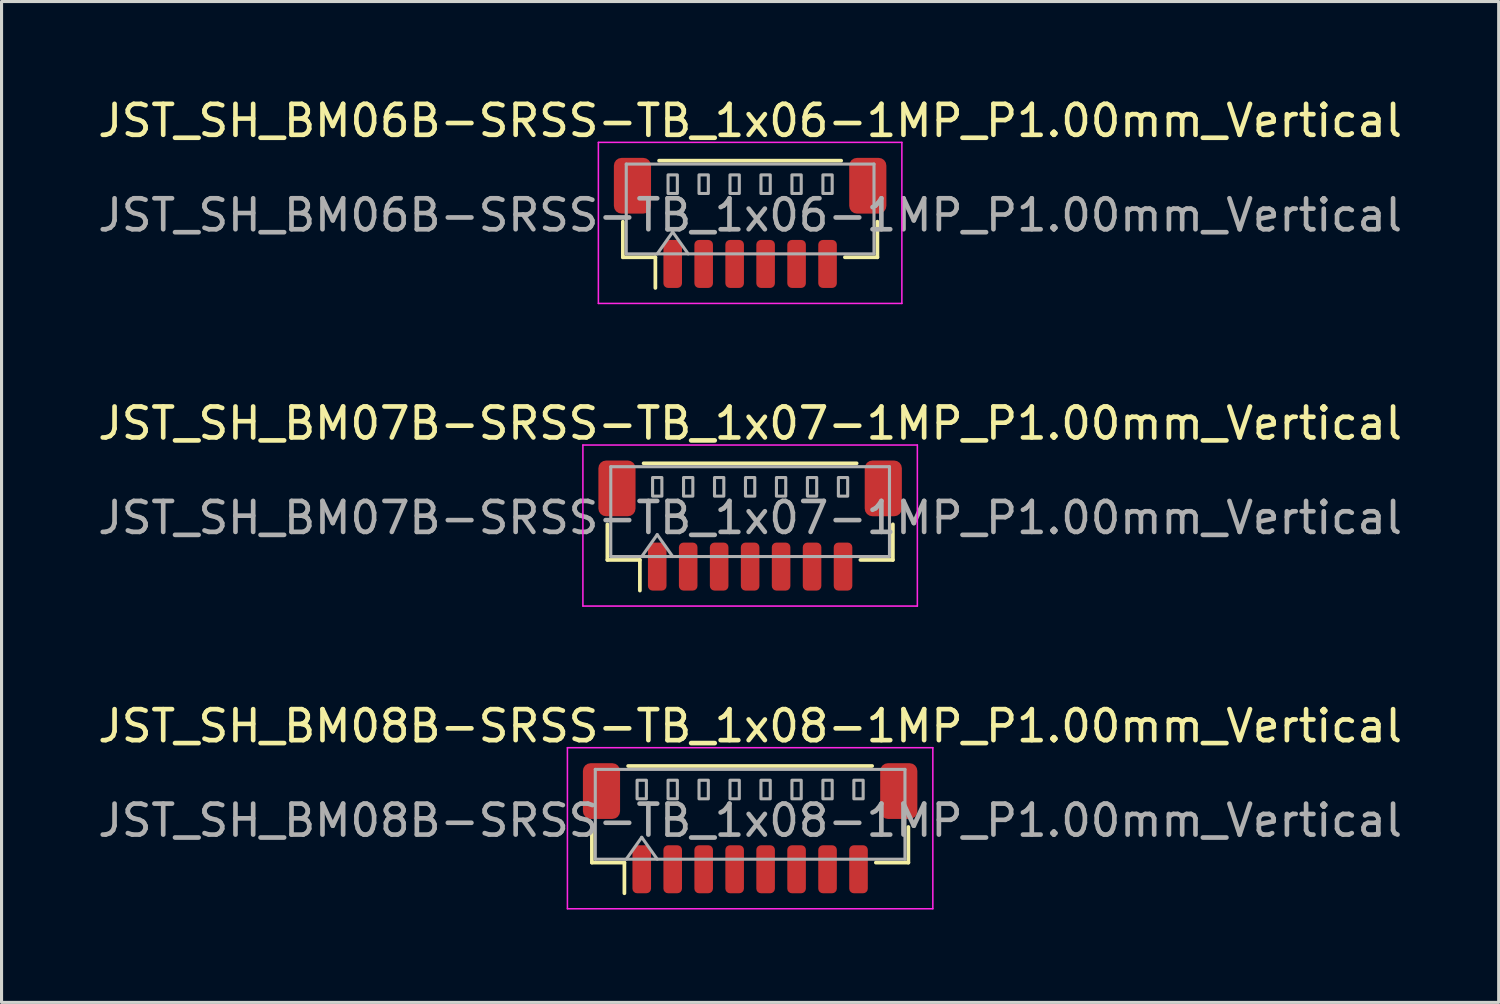
<source format=kicad_pcb>
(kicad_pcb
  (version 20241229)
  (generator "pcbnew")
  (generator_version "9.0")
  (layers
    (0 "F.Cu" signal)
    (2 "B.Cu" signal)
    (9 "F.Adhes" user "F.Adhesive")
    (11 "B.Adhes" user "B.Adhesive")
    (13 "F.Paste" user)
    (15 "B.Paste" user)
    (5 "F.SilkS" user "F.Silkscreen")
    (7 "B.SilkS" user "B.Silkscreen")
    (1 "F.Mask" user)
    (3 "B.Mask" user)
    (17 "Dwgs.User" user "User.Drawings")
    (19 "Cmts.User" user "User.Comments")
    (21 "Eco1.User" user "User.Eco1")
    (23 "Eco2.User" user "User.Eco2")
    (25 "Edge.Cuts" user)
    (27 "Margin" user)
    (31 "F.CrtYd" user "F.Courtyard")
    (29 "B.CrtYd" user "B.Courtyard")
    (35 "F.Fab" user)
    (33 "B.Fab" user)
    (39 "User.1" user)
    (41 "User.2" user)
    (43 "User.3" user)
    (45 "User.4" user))
  (footprint "JST_SH_BM07B-SRSS-TB_1x07-1MP_P1.00mm_Vertical"
    (layer "F.Cu")
    (at 21.173 13.921)
    (property "Reference" "JST_SH_BM07B-SRSS-TB_1x07-1MP_P1.00mm_Vertical" (at 0 -3.3 0) (layer "F.SilkS") (effects (font (size 1 1) (thickness 0.15))))
    (attr smd)
    (fp_line (start -4.61 -0.04) (end -4.61 1.11) (stroke (width 0.12) (type solid)) (layer "F.SilkS"))
    (fp_line (start -4.61 1.11) (end -3.56 1.11) (stroke (width 0.12) (type solid)) (layer "F.SilkS"))
    (fp_line (start -3.56 1.11) (end -3.56 2.1) (stroke (width 0.12) (type solid)) (layer "F.SilkS"))
    (fp_line (start -3.44 -2.01) (end 3.44 -2.01) (stroke (width 0.12) (type solid)) (layer "F.SilkS"))
    (fp_line (start 4.61 -0.04) (end 4.61 1.11) (stroke (width 0.12) (type solid)) (layer "F.SilkS"))
    (fp_line (start 4.61 1.11) (end 3.56 1.11) (stroke (width 0.12) (type solid)) (layer "F.SilkS"))
    (fp_line (start -5.4 -2.6) (end -5.4 2.6) (stroke (width 0.05) (type solid)) (layer "F.CrtYd"))
    (fp_line (start -5.4 2.6) (end 5.4 2.6) (stroke (width 0.05) (type solid)) (layer "F.CrtYd"))
    (fp_line (start 5.4 -2.6) (end -5.4 -2.6) (stroke (width 0.05) (type solid)) (layer "F.CrtYd"))
    (fp_line (start 5.4 2.6) (end 5.4 -2.6) (stroke (width 0.05) (type solid)) (layer "F.CrtYd"))
    (fp_line (start -4.5 -1.9) (end 4.5 -1.9) (stroke (width 0.1) (type solid)) (layer "F.Fab"))
    (fp_line (start -4.5 1) (end -4.5 -1.9) (stroke (width 0.1) (type solid)) (layer "F.Fab"))
    (fp_line (start -4.5 1) (end 4.5 1) (stroke (width 0.1) (type solid)) (layer "F.Fab"))
    (fp_line (start -3.5 1) (end -3 0.293) (stroke (width 0.1) (type solid)) (layer "F.Fab"))
    (fp_line (start -3 0.293) (end -2.5 1) (stroke (width 0.1) (type solid)) (layer "F.Fab"))
    (fp_line (start 4.5 1) (end 4.5 -1.9) (stroke (width 0.1) (type solid)) (layer "F.Fab"))
    (fp_rect (start -3.15 -1.55) (end -2.85 -0.95) (stroke (width 0.1) (type solid)) (fill no) (layer "F.Fab"))
    (fp_rect (start -2.15 -1.55) (end -1.85 -0.95) (stroke (width 0.1) (type solid)) (fill no) (layer "F.Fab"))
    (fp_rect (start -1.15 -1.55) (end -0.85 -0.95) (stroke (width 0.1) (type solid)) (fill no) (layer "F.Fab"))
    (fp_rect (start -0.15 -1.55) (end 0.15 -0.95) (stroke (width 0.1) (type solid)) (fill no) (layer "F.Fab"))
    (fp_rect (start 0.85 -1.55) (end 1.15 -0.95) (stroke (width 0.1) (type solid)) (fill no) (layer "F.Fab"))
    (fp_rect (start 1.85 -1.55) (end 2.15 -0.95) (stroke (width 0.1) (type solid)) (fill no) (layer "F.Fab"))
    (fp_rect (start 2.85 -1.55) (end 3.15 -0.95) (stroke (width 0.1) (type solid)) (fill no) (layer "F.Fab"))
    (fp_text user "${REFERENCE}" (at 0 -0.25 0) (layer "F.Fab") (effects (font (size 1 1) (thickness 0.15))))
    (pad "1" smd roundrect (at -3 1.325) (size 0.6 1.55) (layers "F.Cu" "F.Mask" "F.Paste") (roundrect_rratio 0.25))
    (pad "2" smd roundrect (at -2 1.325) (size 0.6 1.55) (layers "F.Cu" "F.Mask" "F.Paste") (roundrect_rratio 0.25))
    (pad "3" smd roundrect (at -1 1.325) (size 0.6 1.55) (layers "F.Cu" "F.Mask" "F.Paste") (roundrect_rratio 0.25))
    (pad "4" smd roundrect (at 0 1.325) (size 0.6 1.55) (layers "F.Cu" "F.Mask" "F.Paste") (roundrect_rratio 0.25))
    (pad "5" smd roundrect (at 1 1.325) (size 0.6 1.55) (layers "F.Cu" "F.Mask" "F.Paste") (roundrect_rratio 0.25))
    (pad "6" smd roundrect (at 2 1.325) (size 0.6 1.55) (layers "F.Cu" "F.Mask" "F.Paste") (roundrect_rratio 0.25))
    (pad "7" smd roundrect (at 3 1.325) (size 0.6 1.55) (layers "F.Cu" "F.Mask" "F.Paste") (roundrect_rratio 0.25))
    (pad "MP" smd roundrect (at -4.3 -1.2) (size 1.2 1.8) (layers "F.Cu" "F.Mask" "F.Paste") (roundrect_rratio 0.208))
    (pad "MP" smd roundrect (at 4.3 -1.2) (size 1.2 1.8) (layers "F.Cu" "F.Mask" "F.Paste") (roundrect_rratio 0.208)))
  (footprint "JST_SH_BM06B-SRSS-TB_1x06-1MP_P1.00mm_Vertical"
    (layer "F.Cu")
    (at 21.173 4.148)
    (property "Reference" "JST_SH_BM06B-SRSS-TB_1x06-1MP_P1.00mm_Vertical" (at 0 -3.3 0) (layer "F.SilkS") (effects (font (size 1 1) (thickness 0.15))))
    (attr smd)
    (fp_line (start -4.11 -0.04) (end -4.11 1.11) (stroke (width 0.12) (type solid)) (layer "F.SilkS"))
    (fp_line (start -4.11 1.11) (end -3.06 1.11) (stroke (width 0.12) (type solid)) (layer "F.SilkS"))
    (fp_line (start -3.06 1.11) (end -3.06 2.1) (stroke (width 0.12) (type solid)) (layer "F.SilkS"))
    (fp_line (start -2.94 -2.01) (end 2.94 -2.01) (stroke (width 0.12) (type solid)) (layer "F.SilkS"))
    (fp_line (start 4.11 -0.04) (end 4.11 1.11) (stroke (width 0.12) (type solid)) (layer "F.SilkS"))
    (fp_line (start 4.11 1.11) (end 3.06 1.11) (stroke (width 0.12) (type solid)) (layer "F.SilkS"))
    (fp_line (start -4.9 -2.6) (end -4.9 2.6) (stroke (width 0.05) (type solid)) (layer "F.CrtYd"))
    (fp_line (start -4.9 2.6) (end 4.9 2.6) (stroke (width 0.05) (type solid)) (layer "F.CrtYd"))
    (fp_line (start 4.9 -2.6) (end -4.9 -2.6) (stroke (width 0.05) (type solid)) (layer "F.CrtYd"))
    (fp_line (start 4.9 2.6) (end 4.9 -2.6) (stroke (width 0.05) (type solid)) (layer "F.CrtYd"))
    (fp_line (start -4 -1.9) (end 4 -1.9) (stroke (width 0.1) (type solid)) (layer "F.Fab"))
    (fp_line (start -4 1) (end -4 -1.9) (stroke (width 0.1) (type solid)) (layer "F.Fab"))
    (fp_line (start -4 1) (end 4 1) (stroke (width 0.1) (type solid)) (layer "F.Fab"))
    (fp_line (start -3 1) (end -2.5 0.293) (stroke (width 0.1) (type solid)) (layer "F.Fab"))
    (fp_line (start -2.5 0.293) (end -2 1) (stroke (width 0.1) (type solid)) (layer "F.Fab"))
    (fp_line (start 4 1) (end 4 -1.9) (stroke (width 0.1) (type solid)) (layer "F.Fab"))
    (fp_rect (start -2.65 -1.55) (end -2.35 -0.95) (stroke (width 0.1) (type solid)) (fill no) (layer "F.Fab"))
    (fp_rect (start -1.65 -1.55) (end -1.35 -0.95) (stroke (width 0.1) (type solid)) (fill no) (layer "F.Fab"))
    (fp_rect (start -0.65 -1.55) (end -0.35 -0.95) (stroke (width 0.1) (type solid)) (fill no) (layer "F.Fab"))
    (fp_rect (start 0.35 -1.55) (end 0.65 -0.95) (stroke (width 0.1) (type solid)) (fill no) (layer "F.Fab"))
    (fp_rect (start 1.35 -1.55) (end 1.65 -0.95) (stroke (width 0.1) (type solid)) (fill no) (layer "F.Fab"))
    (fp_rect (start 2.35 -1.55) (end 2.65 -0.95) (stroke (width 0.1) (type solid)) (fill no) (layer "F.Fab"))
    (fp_text user "${REFERENCE}" (at 0 -0.25 0) (layer "F.Fab") (effects (font (size 1 1) (thickness 0.15))))
    (pad "1" smd roundrect (at -2.5 1.325) (size 0.6 1.55) (layers "F.Cu" "F.Mask" "F.Paste") (roundrect_rratio 0.25))
    (pad "2" smd roundrect (at -1.5 1.325) (size 0.6 1.55) (layers "F.Cu" "F.Mask" "F.Paste") (roundrect_rratio 0.25))
    (pad "3" smd roundrect (at -0.5 1.325) (size 0.6 1.55) (layers "F.Cu" "F.Mask" "F.Paste") (roundrect_rratio 0.25))
    (pad "4" smd roundrect (at 0.5 1.325) (size 0.6 1.55) (layers "F.Cu" "F.Mask" "F.Paste") (roundrect_rratio 0.25))
    (pad "5" smd roundrect (at 1.5 1.325) (size 0.6 1.55) (layers "F.Cu" "F.Mask" "F.Paste") (roundrect_rratio 0.25))
    (pad "6" smd roundrect (at 2.5 1.325) (size 0.6 1.55) (layers "F.Cu" "F.Mask" "F.Paste") (roundrect_rratio 0.25))
    (pad "MP" smd roundrect (at -3.8 -1.2) (size 1.2 1.8) (layers "F.Cu" "F.Mask" "F.Paste") (roundrect_rratio 0.208))
    (pad "MP" smd roundrect (at 3.8 -1.2) (size 1.2 1.8) (layers "F.Cu" "F.Mask" "F.Paste") (roundrect_rratio 0.208)))
  (footprint "JST_SH_BM08B-SRSS-TB_1x08-1MP_P1.00mm_Vertical"
    (layer "F.Cu")
    (at 21.173 23.695)
    (property "Reference" "JST_SH_BM08B-SRSS-TB_1x08-1MP_P1.00mm_Vertical" (at 0 -3.3 0) (layer "F.SilkS") (effects (font (size 1 1) (thickness 0.15))))
    (attr smd)
    (fp_line (start -5.11 -0.04) (end -5.11 1.11) (stroke (width 0.12) (type solid)) (layer "F.SilkS"))
    (fp_line (start -5.11 1.11) (end -4.06 1.11) (stroke (width 0.12) (type solid)) (layer "F.SilkS"))
    (fp_line (start -4.06 1.11) (end -4.06 2.1) (stroke (width 0.12) (type solid)) (layer "F.SilkS"))
    (fp_line (start -3.94 -2.01) (end 3.94 -2.01) (stroke (width 0.12) (type solid)) (layer "F.SilkS"))
    (fp_line (start 5.11 -0.04) (end 5.11 1.11) (stroke (width 0.12) (type solid)) (layer "F.SilkS"))
    (fp_line (start 5.11 1.11) (end 4.06 1.11) (stroke (width 0.12) (type solid)) (layer "F.SilkS"))
    (fp_line (start -5.9 -2.6) (end -5.9 2.6) (stroke (width 0.05) (type solid)) (layer "F.CrtYd"))
    (fp_line (start -5.9 2.6) (end 5.9 2.6) (stroke (width 0.05) (type solid)) (layer "F.CrtYd"))
    (fp_line (start 5.9 -2.6) (end -5.9 -2.6) (stroke (width 0.05) (type solid)) (layer "F.CrtYd"))
    (fp_line (start 5.9 2.6) (end 5.9 -2.6) (stroke (width 0.05) (type solid)) (layer "F.CrtYd"))
    (fp_line (start -5 -1.9) (end 5 -1.9) (stroke (width 0.1) (type solid)) (layer "F.Fab"))
    (fp_line (start -5 1) (end -5 -1.9) (stroke (width 0.1) (type solid)) (layer "F.Fab"))
    (fp_line (start -5 1) (end 5 1) (stroke (width 0.1) (type solid)) (layer "F.Fab"))
    (fp_line (start -4 1) (end -3.5 0.293) (stroke (width 0.1) (type solid)) (layer "F.Fab"))
    (fp_line (start -3.5 0.293) (end -3 1) (stroke (width 0.1) (type solid)) (layer "F.Fab"))
    (fp_line (start 5 1) (end 5 -1.9) (stroke (width 0.1) (type solid)) (layer "F.Fab"))
    (fp_rect (start -3.65 -1.55) (end -3.35 -0.95) (stroke (width 0.1) (type solid)) (fill no) (layer "F.Fab"))
    (fp_rect (start -2.65 -1.55) (end -2.35 -0.95) (stroke (width 0.1) (type solid)) (fill no) (layer "F.Fab"))
    (fp_rect (start -1.65 -1.55) (end -1.35 -0.95) (stroke (width 0.1) (type solid)) (fill no) (layer "F.Fab"))
    (fp_rect (start -0.65 -1.55) (end -0.35 -0.95) (stroke (width 0.1) (type solid)) (fill no) (layer "F.Fab"))
    (fp_rect (start 0.35 -1.55) (end 0.65 -0.95) (stroke (width 0.1) (type solid)) (fill no) (layer "F.Fab"))
    (fp_rect (start 1.35 -1.55) (end 1.65 -0.95) (stroke (width 0.1) (type solid)) (fill no) (layer "F.Fab"))
    (fp_rect (start 2.35 -1.55) (end 2.65 -0.95) (stroke (width 0.1) (type solid)) (fill no) (layer "F.Fab"))
    (fp_rect (start 3.35 -1.55) (end 3.65 -0.95) (stroke (width 0.1) (type solid)) (fill no) (layer "F.Fab"))
    (fp_text user "${REFERENCE}" (at 0 -0.25 0) (layer "F.Fab") (effects (font (size 1 1) (thickness 0.15))))
    (pad "1" smd roundrect (at -3.5 1.325) (size 0.6 1.55) (layers "F.Cu" "F.Mask" "F.Paste") (roundrect_rratio 0.25))
    (pad "2" smd roundrect (at -2.5 1.325) (size 0.6 1.55) (layers "F.Cu" "F.Mask" "F.Paste") (roundrect_rratio 0.25))
    (pad "3" smd roundrect (at -1.5 1.325) (size 0.6 1.55) (layers "F.Cu" "F.Mask" "F.Paste") (roundrect_rratio 0.25))
    (pad "4" smd roundrect (at -0.5 1.325) (size 0.6 1.55) (layers "F.Cu" "F.Mask" "F.Paste") (roundrect_rratio 0.25))
    (pad "5" smd roundrect (at 0.5 1.325) (size 0.6 1.55) (layers "F.Cu" "F.Mask" "F.Paste") (roundrect_rratio 0.25))
    (pad "6" smd roundrect (at 1.5 1.325) (size 0.6 1.55) (layers "F.Cu" "F.Mask" "F.Paste") (roundrect_rratio 0.25))
    (pad "7" smd roundrect (at 2.5 1.325) (size 0.6 1.55) (layers "F.Cu" "F.Mask" "F.Paste") (roundrect_rratio 0.25))
    (pad "8" smd roundrect (at 3.5 1.325) (size 0.6 1.55) (layers "F.Cu" "F.Mask" "F.Paste") (roundrect_rratio 0.25))
    (pad "MP" smd roundrect (at -4.8 -1.2) (size 1.2 1.8) (layers "F.Cu" "F.Mask" "F.Paste") (roundrect_rratio 0.208))
    (pad "MP" smd roundrect (at 4.8 -1.2) (size 1.2 1.8) (layers "F.Cu" "F.Mask" "F.Paste") (roundrect_rratio 0.208)))
  (gr_rect
    (start -3 -3)
    (end 45.345 29.32)
    (stroke (width 0.1) (type default))
    (fill no)
    (layer "Edge.Cuts")))
</source>
